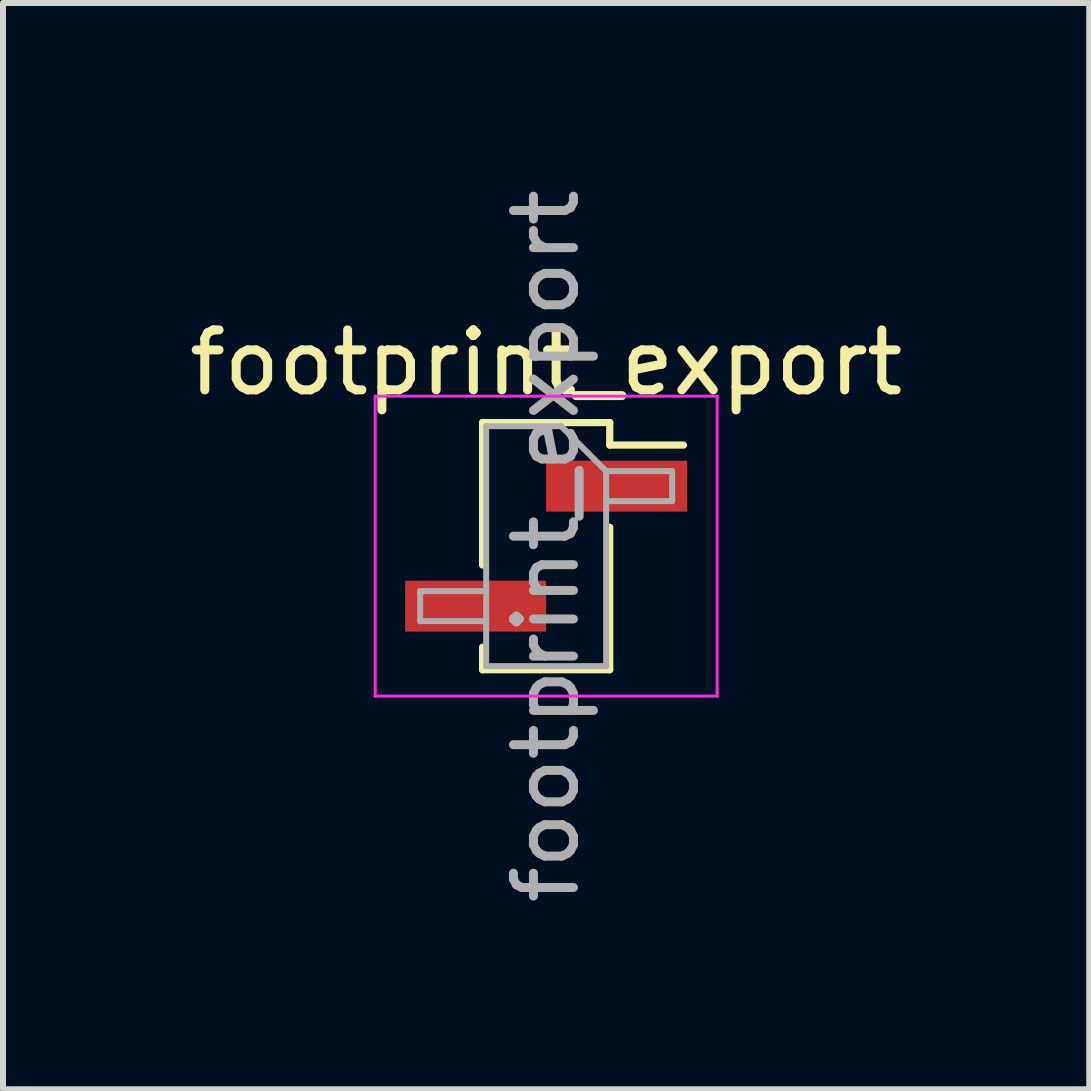
<source format=kicad_pcb>
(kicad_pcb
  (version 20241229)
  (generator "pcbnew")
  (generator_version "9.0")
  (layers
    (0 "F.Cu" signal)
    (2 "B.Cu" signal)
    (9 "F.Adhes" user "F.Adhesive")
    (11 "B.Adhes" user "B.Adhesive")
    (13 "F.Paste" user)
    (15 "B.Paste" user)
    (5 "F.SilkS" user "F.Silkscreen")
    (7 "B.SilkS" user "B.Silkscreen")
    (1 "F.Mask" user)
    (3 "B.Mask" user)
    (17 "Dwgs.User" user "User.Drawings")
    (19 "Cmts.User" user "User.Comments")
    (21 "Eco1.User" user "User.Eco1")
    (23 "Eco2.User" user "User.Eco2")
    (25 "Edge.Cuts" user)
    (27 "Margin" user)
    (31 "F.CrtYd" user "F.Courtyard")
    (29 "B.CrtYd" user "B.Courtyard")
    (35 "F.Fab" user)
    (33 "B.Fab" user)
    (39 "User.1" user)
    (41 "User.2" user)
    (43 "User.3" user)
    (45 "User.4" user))
  (footprint "footprint_export"
    (layer "F.Cu")
    (at 6.054 6.054)
    (property "Reference" "footprint_export" (at 0 -3.06 0) (layer "F.SilkS") (effects (font (size 1 1) (thickness 0.15))))
    (attr smd)
    (fp_line (start -1.06 -2.06) (end -1.06 0.315) (stroke (width 0.12) (type solid)) (layer "F.SilkS"))
    (fp_line (start -1.06 -2.06) (end 1.06 -2.06) (stroke (width 0.12) (type solid)) (layer "F.SilkS"))
    (fp_line (start -1.06 1.685) (end -1.06 2.06) (stroke (width 0.12) (type solid)) (layer "F.SilkS"))
    (fp_line (start -1.06 2.06) (end 1.06 2.06) (stroke (width 0.12) (type solid)) (layer "F.SilkS"))
    (fp_line (start 1.06 -2.06) (end 1.06 -1.685) (stroke (width 0.12) (type solid)) (layer "F.SilkS"))
    (fp_line (start 1.06 -1.685) (end 2.29 -1.685) (stroke (width 0.12) (type solid)) (layer "F.SilkS"))
    (fp_line (start 1.06 -0.315) (end 1.06 2.06) (stroke (width 0.12) (type solid)) (layer "F.SilkS"))
    (fp_line (start -2.85 -2.5) (end -2.85 2.5) (stroke (width 0.05) (type solid)) (layer "F.CrtYd"))
    (fp_line (start -2.85 2.5) (end 2.85 2.5) (stroke (width 0.05) (type solid)) (layer "F.CrtYd"))
    (fp_line (start 2.85 -2.5) (end -2.85 -2.5) (stroke (width 0.05) (type solid)) (layer "F.CrtYd"))
    (fp_line (start 2.85 2.5) (end 2.85 -2.5) (stroke (width 0.05) (type solid)) (layer "F.CrtYd"))
    (fp_line (start -2.1 0.75) (end -2.1 1.25) (stroke (width 0.1) (type solid)) (layer "F.Fab"))
    (fp_line (start -2.1 1.25) (end -1 1.25) (stroke (width 0.1) (type solid)) (layer "F.Fab"))
    (fp_line (start -1 -2) (end -1 2) (stroke (width 0.1) (type solid)) (layer "F.Fab"))
    (fp_line (start -1 -2) (end 0.25 -2) (stroke (width 0.1) (type solid)) (layer "F.Fab"))
    (fp_line (start -1 0.75) (end -2.1 0.75) (stroke (width 0.1) (type solid)) (layer "F.Fab"))
    (fp_line (start 1 -1.25) (end 0.25 -2) (stroke (width 0.1) (type solid)) (layer "F.Fab"))
    (fp_line (start 1 -1.25) (end 2.1 -1.25) (stroke (width 0.1) (type solid)) (layer "F.Fab"))
    (fp_line (start 1 2) (end -1 2) (stroke (width 0.1) (type solid)) (layer "F.Fab"))
    (fp_line (start 1 2) (end 1 -1.25) (stroke (width 0.1) (type solid)) (layer "F.Fab"))
    (fp_line (start 2.1 -1.25) (end 2.1 -0.75) (stroke (width 0.1) (type solid)) (layer "F.Fab"))
    (fp_line (start 2.1 -0.75) (end 1 -0.75) (stroke (width 0.1) (type solid)) (layer "F.Fab"))
    (fp_text user "${REFERENCE}" (at 0 0 90) (layer "F.Fab") (effects (font (size 1 1) (thickness 0.15))))
    (pad "1" smd rect (at 1.175 -1) (size 2.35 0.85) (layers "F.Cu" "F.Mask" "F.Paste"))
    (pad "2" smd rect (at -1.175 1) (size 2.35 0.85) (layers "F.Cu" "F.Mask" "F.Paste")))
  (gr_rect
    (start -3 -3)
    (end 15.107 15.107)
    (stroke (width 0.1) (type default))
    (fill no)
    (layer "Edge.Cuts")))
</source>
